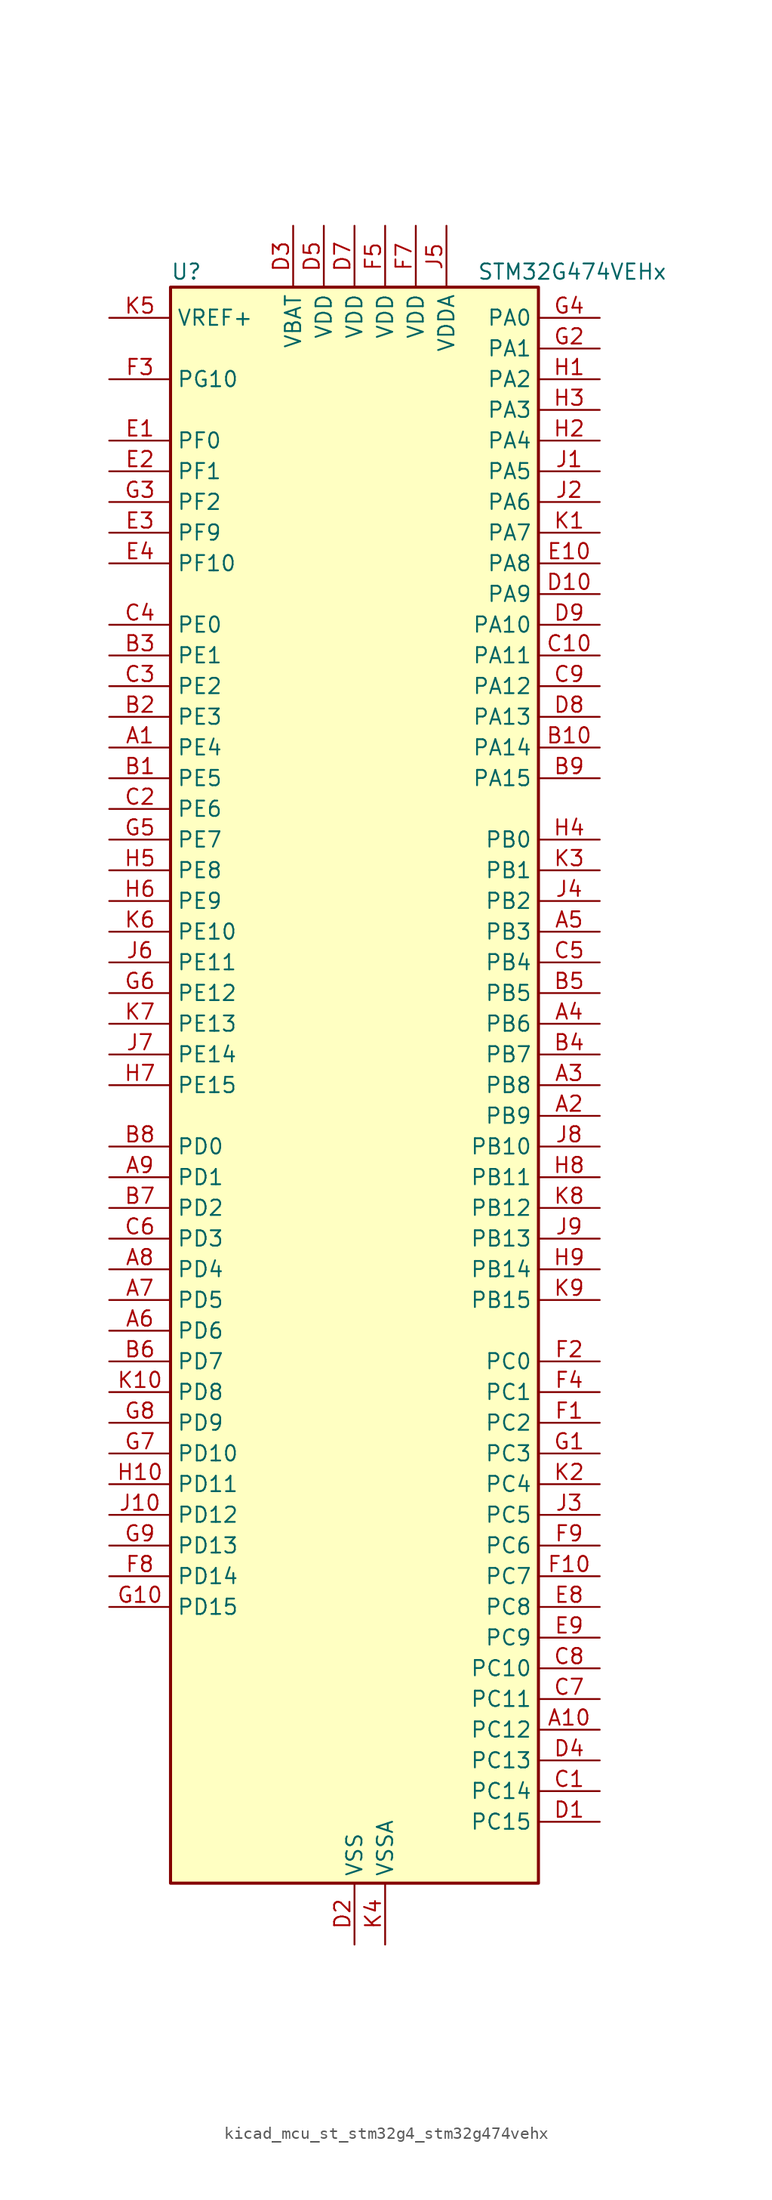
<source format=kicad_sym>
(kicad_symbol_lib
  (version 20220914)
  (generator kicad_symbol_editor)
  (symbol "kicad_mcu_st_stm32g4_stm32g474vehx"
    (property "Reference" "U"
      (at -15.24 67.31 0)
      (effects (font (size 1.27 1.27)) (justify left)))
    (property "Value" "STM32G474VEHx"
      (at 10.16 67.31 0)
      (effects (font (size 1.27 1.27)) (justify left)))
    (property "ki_locked" ""
      (at 0 0 0)
      (effects (font (size 1.27 1.27))))
    (symbol "kicad_mcu_st_stm32g4_stm32g474vehx_0_1"
      (rectangle (start -15.24 -66.04) (end 15.24 66.04) (stroke (width 0.254) (type default)) (fill (type background))))
    (symbol "kicad_mcu_st_stm32g4_stm32g474vehx_1_1"
      (pin bidirectional line (at -20.32 27.94 0) (length 5.08) (name "PE4" (effects (font (size 1.27 1.27)))) (number "A1" (effects (font (size 1.27 1.27)))) (alternate "FMC_A20" bidirectional line) (alternate "SAI1_D2" bidirectional line) (alternate "SAI1_FS_A" bidirectional line) (alternate "SPI4_NSS" bidirectional line) (alternate "SYS_TRACED1" bidirectional line) (alternate "TIM20_CH1N" bidirectional line) (alternate "TIM3_CH3" bidirectional line))
      (pin bidirectional line (at 20.32 -53.34 180) (length 5.08) (name "PC12" (effects (font (size 1.27 1.27)))) (number "A10" (effects (font (size 1.27 1.27)))) (alternate "HRTIM1_EEV1" bidirectional line) (alternate "I2S3_SD" bidirectional line) (alternate "SPI3_MOSI" bidirectional line) (alternate "TIM5_CH2" bidirectional line) (alternate "TIM8_CH3N" bidirectional line) (alternate "UART5_TX" bidirectional line) (alternate "UCPD1_FRSTX1" bidirectional line) (alternate "UCPD1_FRSTX2" bidirectional line) (alternate "USART3_CK" bidirectional line))
      (pin bidirectional line (at 20.32 -2.54 180) (length 5.08) (name "PB9" (effects (font (size 1.27 1.27)))) (number "A2" (effects (font (size 1.27 1.27)))) (alternate "COMP2_OUT" bidirectional line) (alternate "DAC1_EXTI9" bidirectional line) (alternate "DAC2_EXTI9" bidirectional line) (alternate "DAC3_EXTI9" bidirectional line) (alternate "DAC4_EXTI9" bidirectional line) (alternate "FDCAN1_TX" bidirectional line) (alternate "HRTIM1_EEV5" bidirectional line) (alternate "I2C1_SDA" bidirectional line) (alternate "IR_OUT" bidirectional line) (alternate "SAI1_D2" bidirectional line) (alternate "SAI1_FS_A" bidirectional line) (alternate "TIM17_CH1" bidirectional line) (alternate "TIM1_CH3N" bidirectional line) (alternate "TIM4_CH4" bidirectional line) (alternate "TIM8_CH3" bidirectional line) (alternate "USART3_TX" bidirectional line))
      (pin bidirectional line (at 20.32 0 180) (length 5.08) (name "PB8" (effects (font (size 1.27 1.27)))) (number "A3" (effects (font (size 1.27 1.27)))) (alternate "COMP1_OUT" bidirectional line) (alternate "FDCAN1_RX" bidirectional line) (alternate "HRTIM1_EEV8" bidirectional line) (alternate "I2C1_SCL" bidirectional line) (alternate "SAI1_CK1" bidirectional line) (alternate "SAI1_MCLK_A" bidirectional line) (alternate "TIM16_CH1" bidirectional line) (alternate "TIM1_BKIN" bidirectional line) (alternate "TIM4_CH3" bidirectional line) (alternate "TIM8_CH2" bidirectional line) (alternate "USART3_RX" bidirectional line))
      (pin bidirectional line (at 20.32 5.08 180) (length 5.08) (name "PB6" (effects (font (size 1.27 1.27)))) (number "A4" (effects (font (size 1.27 1.27)))) (alternate "COMP4_OUT" bidirectional line) (alternate "FDCAN2_TX" bidirectional line) (alternate "HRTIM1_EEV4" bidirectional line) (alternate "HRTIM1_SCIN" bidirectional line) (alternate "LPTIM1_ETR" bidirectional line) (alternate "SAI1_FS_B" bidirectional line) (alternate "TIM16_CH1N" bidirectional line) (alternate "TIM4_CH1" bidirectional line) (alternate "TIM8_BKIN2" bidirectional line) (alternate "TIM8_CH1" bidirectional line) (alternate "TIM8_ETR" bidirectional line) (alternate "UCPD1_CC1" bidirectional line) (alternate "USART1_TX" bidirectional line))
      (pin bidirectional line (at 20.32 12.7 180) (length 5.08) (name "PB3" (effects (font (size 1.27 1.27)))) (number "A5" (effects (font (size 1.27 1.27)))) (alternate "ADC3_EXTI3" bidirectional line) (alternate "ADC4_EXTI3" bidirectional line) (alternate "ADC5_EXTI3" bidirectional line) (alternate "CRS_SYNC" bidirectional line) (alternate "FDCAN3_RX" bidirectional line) (alternate "HRTIM1_EEV9" bidirectional line) (alternate "HRTIM1_SCOUT" bidirectional line) (alternate "I2S3_CK" bidirectional line) (alternate "SAI1_SCK_B" bidirectional line) (alternate "SPI1_SCK" bidirectional line) (alternate "SPI3_SCK" bidirectional line) (alternate "SYS_JTDO-SWO" bidirectional line) (alternate "TIM2_CH2" bidirectional line) (alternate "TIM3_ETR" bidirectional line) (alternate "TIM4_ETR" bidirectional line) (alternate "TIM8_CH1N" bidirectional line) (alternate "USART2_TX" bidirectional line))
      (pin bidirectional line (at -20.32 -20.32 0) (length 5.08) (name "PD6" (effects (font (size 1.27 1.27)))) (number "A6" (effects (font (size 1.27 1.27)))) (alternate "FMC_NWAIT" bidirectional line) (alternate "QUADSPI1_BK2_IO2" bidirectional line) (alternate "SAI1_D1" bidirectional line) (alternate "SAI1_SD_A" bidirectional line) (alternate "TIM2_CH4" bidirectional line) (alternate "USART2_RX" bidirectional line))
      (pin bidirectional line (at -20.32 -17.78 0) (length 5.08) (name "PD5" (effects (font (size 1.27 1.27)))) (number "A7" (effects (font (size 1.27 1.27)))) (alternate "FMC_NWE" bidirectional line) (alternate "QUADSPI1_BK2_IO1" bidirectional line) (alternate "USART2_TX" bidirectional line))
      (pin bidirectional line (at -20.32 -15.24 0) (length 5.08) (name "PD4" (effects (font (size 1.27 1.27)))) (number "A8" (effects (font (size 1.27 1.27)))) (alternate "FMC_NOE" bidirectional line) (alternate "QUADSPI1_BK2_IO0" bidirectional line) (alternate "TIM2_CH2" bidirectional line) (alternate "USART2_DE" bidirectional line) (alternate "USART2_RTS" bidirectional line))
      (pin bidirectional line (at -20.32 -7.62 0) (length 5.08) (name "PD1" (effects (font (size 1.27 1.27)))) (number "A9" (effects (font (size 1.27 1.27)))) (alternate "FDCAN1_TX" bidirectional line) (alternate "FMC_D3" bidirectional line) (alternate "FMC_DA3" bidirectional line) (alternate "TIM8_BKIN2" bidirectional line) (alternate "TIM8_CH4" bidirectional line))
      (pin bidirectional line (at -20.32 25.4 0) (length 5.08) (name "PE5" (effects (font (size 1.27 1.27)))) (number "B1" (effects (font (size 1.27 1.27)))) (alternate "FMC_A21" bidirectional line) (alternate "SAI1_CK2" bidirectional line) (alternate "SAI1_SCK_A" bidirectional line) (alternate "SPI4_MISO" bidirectional line) (alternate "SYS_TRACED2" bidirectional line) (alternate "TIM20_CH2N" bidirectional line) (alternate "TIM3_CH4" bidirectional line))
      (pin bidirectional line (at 20.32 27.94 180) (length 5.08) (name "PA14" (effects (font (size 1.27 1.27)))) (number "B10" (effects (font (size 1.27 1.27)))) (alternate "I2C1_SDA" bidirectional line) (alternate "I2C4_SMBA" bidirectional line) (alternate "LPTIM1_OUT" bidirectional line) (alternate "SAI1_FS_B" bidirectional line) (alternate "SYS_JTCK-SWCLK" bidirectional line) (alternate "TIM1_BKIN" bidirectional line) (alternate "TIM8_CH2" bidirectional line) (alternate "USART2_TX" bidirectional line))
      (pin bidirectional line (at -20.32 30.48 0) (length 5.08) (name "PE3" (effects (font (size 1.27 1.27)))) (number "B2" (effects (font (size 1.27 1.27)))) (alternate "ADC3_EXTI3" bidirectional line) (alternate "ADC4_EXTI3" bidirectional line) (alternate "ADC5_EXTI3" bidirectional line) (alternate "FMC_A19" bidirectional line) (alternate "SAI1_SD_B" bidirectional line) (alternate "SPI4_NSS" bidirectional line) (alternate "SYS_TRACED0" bidirectional line) (alternate "TIM20_CH2" bidirectional line) (alternate "TIM3_CH2" bidirectional line))
      (pin bidirectional line (at -20.32 35.56 0) (length 5.08) (name "PE1" (effects (font (size 1.27 1.27)))) (number "B3" (effects (font (size 1.27 1.27)))) (alternate "FMC_NBL1" bidirectional line) (alternate "TIM17_CH1" bidirectional line) (alternate "TIM20_CH4" bidirectional line) (alternate "USART1_RX" bidirectional line))
      (pin bidirectional line (at 20.32 2.54 180) (length 5.08) (name "PB7" (effects (font (size 1.27 1.27)))) (number "B4" (effects (font (size 1.27 1.27)))) (alternate "COMP3_OUT" bidirectional line) (alternate "FMC_NL" bidirectional line) (alternate "HRTIM1_EEV3" bidirectional line) (alternate "I2C1_SDA" bidirectional line) (alternate "I2C4_SDA" bidirectional line) (alternate "LPTIM1_IN2" bidirectional line) (alternate "SYS_PVD_IN" bidirectional line) (alternate "TIM17_CH1N" bidirectional line) (alternate "TIM3_CH4" bidirectional line) (alternate "TIM4_CH2" bidirectional line) (alternate "TIM8_BKIN" bidirectional line) (alternate "UART4_CTS" bidirectional line) (alternate "USART1_RX" bidirectional line))
      (pin bidirectional line (at 20.32 7.62 180) (length 5.08) (name "PB5" (effects (font (size 1.27 1.27)))) (number "B5" (effects (font (size 1.27 1.27)))) (alternate "FDCAN2_RX" bidirectional line) (alternate "HRTIM1_EEV6" bidirectional line) (alternate "I2C1_SMBA" bidirectional line) (alternate "I2C3_SDA" bidirectional line) (alternate "I2S3_SD" bidirectional line) (alternate "LPTIM1_IN1" bidirectional line) (alternate "SAI1_SD_B" bidirectional line) (alternate "SPI1_MOSI" bidirectional line) (alternate "SPI3_MOSI" bidirectional line) (alternate "TIM16_BKIN" bidirectional line) (alternate "TIM17_CH1" bidirectional line) (alternate "TIM3_CH2" bidirectional line) (alternate "TIM8_CH3N" bidirectional line) (alternate "UART5_CTS" bidirectional line) (alternate "USART2_CK" bidirectional line))
      (pin bidirectional line (at -20.32 -22.86 0) (length 5.08) (name "PD7" (effects (font (size 1.27 1.27)))) (number "B6" (effects (font (size 1.27 1.27)))) (alternate "FMC_NCE" bidirectional line) (alternate "FMC_NE1" bidirectional line) (alternate "QUADSPI1_BK2_IO3" bidirectional line) (alternate "TIM2_CH3" bidirectional line) (alternate "USART2_CK" bidirectional line))
      (pin bidirectional line (at -20.32 -10.16 0) (length 5.08) (name "PD2" (effects (font (size 1.27 1.27)))) (number "B7" (effects (font (size 1.27 1.27)))) (alternate "ADC3_EXTI2" bidirectional line) (alternate "ADC4_EXTI2" bidirectional line) (alternate "ADC5_EXTI2" bidirectional line) (alternate "TIM3_ETR" bidirectional line) (alternate "TIM8_BKIN" bidirectional line) (alternate "UART5_RX" bidirectional line))
      (pin bidirectional line (at -20.32 -5.08 0) (length 5.08) (name "PD0" (effects (font (size 1.27 1.27)))) (number "B8" (effects (font (size 1.27 1.27)))) (alternate "FDCAN1_RX" bidirectional line) (alternate "FMC_D2" bidirectional line) (alternate "FMC_DA2" bidirectional line) (alternate "TIM8_CH4N" bidirectional line))
      (pin bidirectional line (at 20.32 25.4 180) (length 5.08) (name "PA15" (effects (font (size 1.27 1.27)))) (number "B9" (effects (font (size 1.27 1.27)))) (alternate "ADC1_EXTI15" bidirectional line) (alternate "ADC2_EXTI15" bidirectional line) (alternate "FDCAN3_TX" bidirectional line) (alternate "HRTIM1_FLT2" bidirectional line) (alternate "I2C1_SCL" bidirectional line) (alternate "I2S3_WS" bidirectional line) (alternate "SPI1_NSS" bidirectional line) (alternate "SPI3_NSS" bidirectional line) (alternate "SYS_JTDI" bidirectional line) (alternate "TIM1_BKIN" bidirectional line) (alternate "TIM2_CH1" bidirectional line) (alternate "TIM2_ETR" bidirectional line) (alternate "TIM8_CH1" bidirectional line) (alternate "UART4_DE" bidirectional line) (alternate "UART4_RTS" bidirectional line) (alternate "USART2_RX" bidirectional line))
      (pin bidirectional line (at 20.32 -58.42 180) (length 5.08) (name "PC14" (effects (font (size 1.27 1.27)))) (number "C1" (effects (font (size 1.27 1.27)))) (alternate "RCC_OSC32_IN" bidirectional line))
      (pin bidirectional line (at 20.32 35.56 180) (length 5.08) (name "PA11" (effects (font (size 1.27 1.27)))) (number "C10" (effects (font (size 1.27 1.27)))) (alternate "ADC1_EXTI11" bidirectional line) (alternate "ADC2_EXTI11" bidirectional line) (alternate "COMP1_OUT" bidirectional line) (alternate "FDCAN1_RX" bidirectional line) (alternate "HRTIM1_CHB2" bidirectional line) (alternate "I2S2_SD" bidirectional line) (alternate "SPI2_MOSI" bidirectional line) (alternate "TIM1_BKIN2" bidirectional line) (alternate "TIM1_CH1N" bidirectional line) (alternate "TIM1_CH4" bidirectional line) (alternate "TIM4_CH1" bidirectional line) (alternate "USART1_CTS" bidirectional line) (alternate "USART1_NSS" bidirectional line) (alternate "USB_DM" bidirectional line))
      (pin bidirectional line (at -20.32 22.86 0) (length 5.08) (name "PE6" (effects (font (size 1.27 1.27)))) (number "C2" (effects (font (size 1.27 1.27)))) (alternate "FMC_A22" bidirectional line) (alternate "RTC_TAMP3" bidirectional line) (alternate "SAI1_D1" bidirectional line) (alternate "SAI1_SD_A" bidirectional line) (alternate "SPI4_MOSI" bidirectional line) (alternate "SYS_TRACED3" bidirectional line) (alternate "SYS_WKUP3" bidirectional line) (alternate "TIM20_CH3N" bidirectional line))
      (pin bidirectional line (at -20.32 33.02 0) (length 5.08) (name "PE2" (effects (font (size 1.27 1.27)))) (number "C3" (effects (font (size 1.27 1.27)))) (alternate "ADC3_EXTI2" bidirectional line) (alternate "ADC4_EXTI2" bidirectional line) (alternate "ADC5_EXTI2" bidirectional line) (alternate "FMC_A23" bidirectional line) (alternate "SAI1_CK1" bidirectional line) (alternate "SAI1_MCLK_A" bidirectional line) (alternate "SPI4_SCK" bidirectional line) (alternate "SYS_TRACECLK" bidirectional line) (alternate "TIM20_CH1" bidirectional line) (alternate "TIM3_CH1" bidirectional line))
      (pin bidirectional line (at -20.32 38.1 0) (length 5.08) (name "PE0" (effects (font (size 1.27 1.27)))) (number "C4" (effects (font (size 1.27 1.27)))) (alternate "FMC_NBL0" bidirectional line) (alternate "TIM16_CH1" bidirectional line) (alternate "TIM20_CH4N" bidirectional line) (alternate "TIM20_ETR" bidirectional line) (alternate "TIM4_ETR" bidirectional line) (alternate "USART1_TX" bidirectional line))
      (pin bidirectional line (at 20.32 10.16 180) (length 5.08) (name "PB4" (effects (font (size 1.27 1.27)))) (number "C5" (effects (font (size 1.27 1.27)))) (alternate "FDCAN3_TX" bidirectional line) (alternate "HRTIM1_EEV7" bidirectional line) (alternate "SAI1_MCLK_B" bidirectional line) (alternate "SPI1_MISO" bidirectional line) (alternate "SPI3_MISO" bidirectional line) (alternate "SYS_JTRST" bidirectional line) (alternate "TIM16_CH1" bidirectional line) (alternate "TIM17_BKIN" bidirectional line) (alternate "TIM3_CH1" bidirectional line) (alternate "TIM8_CH2N" bidirectional line) (alternate "UART5_DE" bidirectional line) (alternate "UART5_RTS" bidirectional line) (alternate "UCPD1_CC2" bidirectional line) (alternate "USART2_RX" bidirectional line))
      (pin bidirectional line (at -20.32 -12.7 0) (length 5.08) (name "PD3" (effects (font (size 1.27 1.27)))) (number "C6" (effects (font (size 1.27 1.27)))) (alternate "ADC3_EXTI3" bidirectional line) (alternate "ADC4_EXTI3" bidirectional line) (alternate "ADC5_EXTI3" bidirectional line) (alternate "FMC_CLK" bidirectional line) (alternate "QUADSPI1_BK2_NCS" bidirectional line) (alternate "TIM2_CH1" bidirectional line) (alternate "TIM2_ETR" bidirectional line) (alternate "USART2_CTS" bidirectional line) (alternate "USART2_NSS" bidirectional line))
      (pin bidirectional line (at 20.32 -50.8 180) (length 5.08) (name "PC11" (effects (font (size 1.27 1.27)))) (number "C7" (effects (font (size 1.27 1.27)))) (alternate "ADC1_EXTI11" bidirectional line) (alternate "ADC2_EXTI11" bidirectional line) (alternate "HRTIM1_EEV2" bidirectional line) (alternate "I2C3_SDA" bidirectional line) (alternate "SPI3_MISO" bidirectional line) (alternate "TIM8_CH2N" bidirectional line) (alternate "UART4_RX" bidirectional line) (alternate "USART3_RX" bidirectional line))
      (pin bidirectional line (at 20.32 -48.26 180) (length 5.08) (name "PC10" (effects (font (size 1.27 1.27)))) (number "C8" (effects (font (size 1.27 1.27)))) (alternate "DAC1_EXTI10" bidirectional line) (alternate "DAC2_EXTI10" bidirectional line) (alternate "DAC3_EXTI10" bidirectional line) (alternate "DAC4_EXTI10" bidirectional line) (alternate "HRTIM1_FLT6" bidirectional line) (alternate "I2S3_CK" bidirectional line) (alternate "SPI3_SCK" bidirectional line) (alternate "TIM8_CH1N" bidirectional line) (alternate "UART4_TX" bidirectional line) (alternate "USART3_TX" bidirectional line))
      (pin bidirectional line (at 20.32 33.02 180) (length 5.08) (name "PA12" (effects (font (size 1.27 1.27)))) (number "C9" (effects (font (size 1.27 1.27)))) (alternate "COMP2_OUT" bidirectional line) (alternate "FDCAN1_TX" bidirectional line) (alternate "HRTIM1_FLT1" bidirectional line) (alternate "I2S_CKIN" bidirectional line) (alternate "TIM16_CH1" bidirectional line) (alternate "TIM1_CH2N" bidirectional line) (alternate "TIM1_ETR" bidirectional line) (alternate "TIM4_CH2" bidirectional line) (alternate "USART1_DE" bidirectional line) (alternate "USART1_RTS" bidirectional line) (alternate "USB_DP" bidirectional line))
      (pin bidirectional line (at 20.32 -60.96 180) (length 5.08) (name "PC15" (effects (font (size 1.27 1.27)))) (number "D1" (effects (font (size 1.27 1.27)))) (alternate "ADC1_EXTI15" bidirectional line) (alternate "ADC2_EXTI15" bidirectional line) (alternate "RCC_OSC32_OUT" bidirectional line))
      (pin bidirectional line (at 20.32 40.64 180) (length 5.08) (name "PA9" (effects (font (size 1.27 1.27)))) (number "D10" (effects (font (size 1.27 1.27)))) (alternate "ADC5_IN2" bidirectional line) (alternate "COMP5_OUT" bidirectional line) (alternate "DAC1_EXTI9" bidirectional line) (alternate "DAC2_EXTI9" bidirectional line) (alternate "DAC3_EXTI9" bidirectional line) (alternate "DAC4_EXTI9" bidirectional line) (alternate "HRTIM1_CHA2" bidirectional line) (alternate "I2C2_SCL" bidirectional line) (alternate "I2C3_SMBA" bidirectional line) (alternate "I2S3_MCK" bidirectional line) (alternate "SAI1_FS_A" bidirectional line) (alternate "TIM15_BKIN" bidirectional line) (alternate "TIM1_CH2" bidirectional line) (alternate "TIM2_CH3" bidirectional line) (alternate "UCPD1_DBCC1" bidirectional line) (alternate "USART1_TX" bidirectional line))
      (pin power_in line (at 0 -71.12 90) (length 5.08) (name "VSS" (effects (font (size 1.27 1.27)))) (number "D2" (effects (font (size 1.27 1.27)))))
      (pin power_in line (at -5.08 71.12 270) (length 5.08) (name "VBAT" (effects (font (size 1.27 1.27)))) (number "D3" (effects (font (size 1.27 1.27)))))
      (pin bidirectional line (at 20.32 -55.88 180) (length 5.08) (name "PC13" (effects (font (size 1.27 1.27)))) (number "D4" (effects (font (size 1.27 1.27)))) (alternate "RTC_OUT1" bidirectional line) (alternate "RTC_TAMP1" bidirectional line) (alternate "RTC_TS" bidirectional line) (alternate "SYS_WKUP2" bidirectional line) (alternate "TIM1_BKIN" bidirectional line) (alternate "TIM1_CH1N" bidirectional line) (alternate "TIM8_CH4N" bidirectional line))
      (pin power_in line (at -2.54 71.12 270) (length 5.08) (name "VDD" (effects (font (size 1.27 1.27)))) (number "D5" (effects (font (size 1.27 1.27)))))
      (pin passive line (at 0 -71.12 90) (length 5.08) hide (name "VSS" (effects (font (size 1.27 1.27)))) (number "D6" (effects (font (size 1.27 1.27)))))
      (pin power_in line (at 0 71.12 270) (length 5.08) (name "VDD" (effects (font (size 1.27 1.27)))) (number "D7" (effects (font (size 1.27 1.27)))))
      (pin bidirectional line (at 20.32 30.48 180) (length 5.08) (name "PA13" (effects (font (size 1.27 1.27)))) (number "D8" (effects (font (size 1.27 1.27)))) (alternate "I2C1_SCL" bidirectional line) (alternate "I2C4_SCL" bidirectional line) (alternate "IR_OUT" bidirectional line) (alternate "SAI1_SD_B" bidirectional line) (alternate "SYS_JTMS-SWDIO" bidirectional line) (alternate "TIM16_CH1N" bidirectional line) (alternate "TIM4_CH3" bidirectional line) (alternate "USART3_CTS" bidirectional line) (alternate "USART3_NSS" bidirectional line))
      (pin bidirectional line (at 20.32 38.1 180) (length 5.08) (name "PA10" (effects (font (size 1.27 1.27)))) (number "D9" (effects (font (size 1.27 1.27)))) (alternate "COMP6_OUT" bidirectional line) (alternate "CRS_SYNC" bidirectional line) (alternate "DAC1_EXTI10" bidirectional line) (alternate "DAC2_EXTI10" bidirectional line) (alternate "DAC3_EXTI10" bidirectional line) (alternate "DAC4_EXTI10" bidirectional line) (alternate "HRTIM1_CHB1" bidirectional line) (alternate "I2C2_SMBA" bidirectional line) (alternate "SAI1_D1" bidirectional line) (alternate "SAI1_SD_A" bidirectional line) (alternate "SPI2_MISO" bidirectional line) (alternate "TIM17_BKIN" bidirectional line) (alternate "TIM1_CH3" bidirectional line) (alternate "TIM2_CH4" bidirectional line) (alternate "TIM8_BKIN" bidirectional line) (alternate "UCPD1_DBCC2" bidirectional line) (alternate "USART1_RX" bidirectional line))
      (pin bidirectional line (at -20.32 53.34 0) (length 5.08) (name "PF0" (effects (font (size 1.27 1.27)))) (number "E1" (effects (font (size 1.27 1.27)))) (alternate "ADC1_IN10" bidirectional line) (alternate "I2C2_SDA" bidirectional line) (alternate "I2S2_WS" bidirectional line) (alternate "RCC_OSC_IN" bidirectional line) (alternate "SPI2_NSS" bidirectional line) (alternate "TIM1_CH3N" bidirectional line))
      (pin bidirectional line (at 20.32 43.18 180) (length 5.08) (name "PA8" (effects (font (size 1.27 1.27)))) (number "E10" (effects (font (size 1.27 1.27)))) (alternate "ADC5_IN1" bidirectional line) (alternate "COMP7_OUT" bidirectional line) (alternate "FDCAN3_RX" bidirectional line) (alternate "HRTIM1_CHA1" bidirectional line) (alternate "I2C2_SDA" bidirectional line) (alternate "I2C3_SCL" bidirectional line) (alternate "I2S2_MCK" bidirectional line) (alternate "OPAMP5_VOUT" bidirectional line) (alternate "RCC_MCO" bidirectional line) (alternate "SAI1_CK2" bidirectional line) (alternate "SAI1_SCK_A" bidirectional line) (alternate "TIM1_CH1" bidirectional line) (alternate "TIM4_ETR" bidirectional line) (alternate "USART1_CK" bidirectional line))
      (pin bidirectional line (at -20.32 50.8 0) (length 5.08) (name "PF1" (effects (font (size 1.27 1.27)))) (number "E2" (effects (font (size 1.27 1.27)))) (alternate "ADC2_IN10" bidirectional line) (alternate "COMP3_INM" bidirectional line) (alternate "I2S2_CK" bidirectional line) (alternate "RCC_OSC_OUT" bidirectional line) (alternate "SPI2_SCK" bidirectional line))
      (pin bidirectional line (at -20.32 45.72 0) (length 5.08) (name "PF9" (effects (font (size 1.27 1.27)))) (number "E3" (effects (font (size 1.27 1.27)))) (alternate "DAC1_EXTI9" bidirectional line) (alternate "DAC2_EXTI9" bidirectional line) (alternate "DAC3_EXTI9" bidirectional line) (alternate "DAC4_EXTI9" bidirectional line) (alternate "FMC_A25" bidirectional line) (alternate "QUADSPI1_BK1_IO1" bidirectional line) (alternate "SAI1_FS_B" bidirectional line) (alternate "SPI2_SCK" bidirectional line) (alternate "TIM15_CH1" bidirectional line) (alternate "TIM20_BKIN" bidirectional line) (alternate "TIM5_CH4" bidirectional line))
      (pin bidirectional line (at -20.32 43.18 0) (length 5.08) (name "PF10" (effects (font (size 1.27 1.27)))) (number "E4" (effects (font (size 1.27 1.27)))) (alternate "DAC1_EXTI10" bidirectional line) (alternate "DAC2_EXTI10" bidirectional line) (alternate "DAC3_EXTI10" bidirectional line) (alternate "DAC4_EXTI10" bidirectional line) (alternate "FMC_A0" bidirectional line) (alternate "QUADSPI1_CLK" bidirectional line) (alternate "SAI1_D3" bidirectional line) (alternate "SPI2_SCK" bidirectional line) (alternate "TIM15_CH2" bidirectional line) (alternate "TIM20_BKIN2" bidirectional line))
      (pin passive line (at 0 -71.12 90) (length 5.08) hide (name "VSS" (effects (font (size 1.27 1.27)))) (number "E5" (effects (font (size 1.27 1.27)))))
      (pin passive line (at 0 -71.12 90) (length 5.08) hide (name "VSS" (effects (font (size 1.27 1.27)))) (number "E6" (effects (font (size 1.27 1.27)))))
      (pin passive line (at 0 -71.12 90) (length 5.08) hide (name "VSS" (effects (font (size 1.27 1.27)))) (number "E7" (effects (font (size 1.27 1.27)))))
      (pin bidirectional line (at 20.32 -43.18 180) (length 5.08) (name "PC8" (effects (font (size 1.27 1.27)))) (number "E8" (effects (font (size 1.27 1.27)))) (alternate "COMP7_OUT" bidirectional line) (alternate "HRTIM1_CHE1" bidirectional line) (alternate "I2C3_SCL" bidirectional line) (alternate "TIM20_CH3" bidirectional line) (alternate "TIM3_CH3" bidirectional line) (alternate "TIM8_CH3" bidirectional line))
      (pin bidirectional line (at 20.32 -45.72 180) (length 5.08) (name "PC9" (effects (font (size 1.27 1.27)))) (number "E9" (effects (font (size 1.27 1.27)))) (alternate "DAC1_EXTI9" bidirectional line) (alternate "DAC2_EXTI9" bidirectional line) (alternate "DAC3_EXTI9" bidirectional line) (alternate "DAC4_EXTI9" bidirectional line) (alternate "HRTIM1_CHE2" bidirectional line) (alternate "I2C3_SDA" bidirectional line) (alternate "I2S_CKIN" bidirectional line) (alternate "TIM3_CH4" bidirectional line) (alternate "TIM8_BKIN2" bidirectional line) (alternate "TIM8_CH4" bidirectional line))
      (pin bidirectional line (at 20.32 -27.94 180) (length 5.08) (name "PC2" (effects (font (size 1.27 1.27)))) (number "F1" (effects (font (size 1.27 1.27)))) (alternate "ADC1_IN8" bidirectional line) (alternate "ADC2_IN8" bidirectional line) (alternate "ADC3_EXTI2" bidirectional line) (alternate "ADC4_EXTI2" bidirectional line) (alternate "ADC5_EXTI2" bidirectional line) (alternate "COMP3_OUT" bidirectional line) (alternate "LPTIM1_IN2" bidirectional line) (alternate "QUADSPI1_BK2_IO1" bidirectional line) (alternate "TIM1_CH3" bidirectional line) (alternate "TIM20_CH2" bidirectional line))
      (pin bidirectional line (at 20.32 -40.64 180) (length 5.08) (name "PC7" (effects (font (size 1.27 1.27)))) (number "F10" (effects (font (size 1.27 1.27)))) (alternate "COMP5_OUT" bidirectional line) (alternate "HRTIM1_CHF2" bidirectional line) (alternate "HRTIM1_FLT5" bidirectional line) (alternate "I2C4_SDA" bidirectional line) (alternate "I2S3_MCK" bidirectional line) (alternate "TIM3_CH2" bidirectional line) (alternate "TIM8_CH2" bidirectional line))
      (pin bidirectional line (at 20.32 -22.86 180) (length 5.08) (name "PC0" (effects (font (size 1.27 1.27)))) (number "F2" (effects (font (size 1.27 1.27)))) (alternate "ADC1_IN6" bidirectional line) (alternate "ADC2_IN6" bidirectional line) (alternate "COMP3_INM" bidirectional line) (alternate "LPTIM1_IN1" bidirectional line) (alternate "LPUART1_RX" bidirectional line) (alternate "TIM1_CH1" bidirectional line))
      (pin bidirectional line (at -20.32 58.42 0) (length 5.08) (name "PG10" (effects (font (size 1.27 1.27)))) (number "F3" (effects (font (size 1.27 1.27)))) (alternate "DAC1_EXTI10" bidirectional line) (alternate "DAC2_EXTI10" bidirectional line) (alternate "DAC3_EXTI10" bidirectional line) (alternate "DAC4_EXTI10" bidirectional line) (alternate "RCC_MCO" bidirectional line))
      (pin bidirectional line (at 20.32 -25.4 180) (length 5.08) (name "PC1" (effects (font (size 1.27 1.27)))) (number "F4" (effects (font (size 1.27 1.27)))) (alternate "ADC1_IN7" bidirectional line) (alternate "ADC2_IN7" bidirectional line) (alternate "COMP3_INP" bidirectional line) (alternate "LPTIM1_OUT" bidirectional line) (alternate "LPUART1_TX" bidirectional line) (alternate "QUADSPI1_BK2_IO0" bidirectional line) (alternate "SAI1_SD_A" bidirectional line) (alternate "TIM1_CH2" bidirectional line))
      (pin power_in line (at 2.54 71.12 270) (length 5.08) (name "VDD" (effects (font (size 1.27 1.27)))) (number "F5" (effects (font (size 1.27 1.27)))))
      (pin passive line (at 0 -71.12 90) (length 5.08) hide (name "VSS" (effects (font (size 1.27 1.27)))) (number "F6" (effects (font (size 1.27 1.27)))))
      (pin power_in line (at 5.08 71.12 270) (length 5.08) (name "VDD" (effects (font (size 1.27 1.27)))) (number "F7" (effects (font (size 1.27 1.27)))))
      (pin bidirectional line (at -20.32 -40.64 0) (length 5.08) (name "PD14" (effects (font (size 1.27 1.27)))) (number "F8" (effects (font (size 1.27 1.27)))) (alternate "ADC3_IN11" bidirectional line) (alternate "ADC4_IN11" bidirectional line) (alternate "ADC5_IN11" bidirectional line) (alternate "COMP7_INP" bidirectional line) (alternate "FMC_D0" bidirectional line) (alternate "FMC_DA0" bidirectional line) (alternate "OPAMP2_VINP" bidirectional line) (alternate "OPAMP2_VINP_SEC" bidirectional line) (alternate "TIM4_CH3" bidirectional line))
      (pin bidirectional line (at 20.32 -38.1 180) (length 5.08) (name "PC6" (effects (font (size 1.27 1.27)))) (number "F9" (effects (font (size 1.27 1.27)))) (alternate "COMP6_OUT" bidirectional line) (alternate "HRTIM1_CHF1" bidirectional line) (alternate "HRTIM1_EEV10" bidirectional line) (alternate "I2C4_SCL" bidirectional line) (alternate "I2S2_MCK" bidirectional line) (alternate "TIM3_CH1" bidirectional line) (alternate "TIM8_CH1" bidirectional line))
      (pin bidirectional line (at 20.32 -30.48 180) (length 5.08) (name "PC3" (effects (font (size 1.27 1.27)))) (number "G1" (effects (font (size 1.27 1.27)))) (alternate "ADC1_IN9" bidirectional line) (alternate "ADC2_IN9" bidirectional line) (alternate "ADC3_EXTI3" bidirectional line) (alternate "ADC4_EXTI3" bidirectional line) (alternate "ADC5_EXTI3" bidirectional line) (alternate "LPTIM1_ETR" bidirectional line) (alternate "OPAMP5_VINP" bidirectional line) (alternate "OPAMP5_VINP_SEC" bidirectional line) (alternate "QUADSPI1_BK2_IO2" bidirectional line) (alternate "SAI1_D1" bidirectional line) (alternate "SAI1_SD_A" bidirectional line) (alternate "TIM1_BKIN2" bidirectional line) (alternate "TIM1_CH4" bidirectional line))
      (pin bidirectional line (at -20.32 -43.18 0) (length 5.08) (name "PD15" (effects (font (size 1.27 1.27)))) (number "G10" (effects (font (size 1.27 1.27)))) (alternate "ADC1_EXTI15" bidirectional line) (alternate "ADC2_EXTI15" bidirectional line) (alternate "COMP7_INM" bidirectional line) (alternate "FMC_D1" bidirectional line) (alternate "FMC_DA1" bidirectional line) (alternate "SPI2_NSS" bidirectional line) (alternate "TIM4_CH4" bidirectional line))
      (pin bidirectional line (at 20.32 60.96 180) (length 5.08) (name "PA1" (effects (font (size 1.27 1.27)))) (number "G2" (effects (font (size 1.27 1.27)))) (alternate "ADC1_IN2" bidirectional line) (alternate "ADC2_IN2" bidirectional line) (alternate "COMP1_INP" bidirectional line) (alternate "OPAMP1_VINP" bidirectional line) (alternate "OPAMP1_VINP_SEC" bidirectional line) (alternate "OPAMP3_VINP" bidirectional line) (alternate "OPAMP3_VINP_SEC" bidirectional line) (alternate "OPAMP6_VINM" bidirectional line) (alternate "OPAMP6_VINM0" bidirectional line) (alternate "OPAMP6_VINM_SEC" bidirectional line) (alternate "RTC_REFIN" bidirectional line) (alternate "TIM15_CH1N" bidirectional line) (alternate "TIM2_CH2" bidirectional line) (alternate "TIM5_CH2" bidirectional line) (alternate "USART2_DE" bidirectional line) (alternate "USART2_RTS" bidirectional line))
      (pin bidirectional line (at -20.32 48.26 0) (length 5.08) (name "PF2" (effects (font (size 1.27 1.27)))) (number "G3" (effects (font (size 1.27 1.27)))) (alternate "ADC3_EXTI2" bidirectional line) (alternate "ADC4_EXTI2" bidirectional line) (alternate "ADC5_EXTI2" bidirectional line) (alternate "FMC_A2" bidirectional line) (alternate "I2C2_SMBA" bidirectional line) (alternate "TIM20_CH3" bidirectional line))
      (pin bidirectional line (at 20.32 63.5 180) (length 5.08) (name "PA0" (effects (font (size 1.27 1.27)))) (number "G4" (effects (font (size 1.27 1.27)))) (alternate "ADC1_IN1" bidirectional line) (alternate "ADC2_IN1" bidirectional line) (alternate "COMP1_INM" bidirectional line) (alternate "COMP1_OUT" bidirectional line) (alternate "COMP3_INP" bidirectional line) (alternate "RTC_TAMP2" bidirectional line) (alternate "SYS_WKUP1" bidirectional line) (alternate "TIM2_CH1" bidirectional line) (alternate "TIM2_ETR" bidirectional line) (alternate "TIM5_CH1" bidirectional line) (alternate "TIM8_BKIN" bidirectional line) (alternate "TIM8_ETR" bidirectional line) (alternate "USART2_CTS" bidirectional line) (alternate "USART2_NSS" bidirectional line))
      (pin bidirectional line (at -20.32 20.32 0) (length 5.08) (name "PE7" (effects (font (size 1.27 1.27)))) (number "G5" (effects (font (size 1.27 1.27)))) (alternate "ADC3_IN4" bidirectional line) (alternate "COMP4_INP" bidirectional line) (alternate "FMC_D4" bidirectional line) (alternate "FMC_DA4" bidirectional line) (alternate "SAI1_SD_B" bidirectional line) (alternate "TIM1_ETR" bidirectional line))
      (pin bidirectional line (at -20.32 7.62 0) (length 5.08) (name "PE12" (effects (font (size 1.27 1.27)))) (number "G6" (effects (font (size 1.27 1.27)))) (alternate "ADC3_IN16" bidirectional line) (alternate "ADC4_IN16" bidirectional line) (alternate "ADC5_IN16" bidirectional line) (alternate "FMC_D9" bidirectional line) (alternate "FMC_DA9" bidirectional line) (alternate "QUADSPI1_BK1_IO0" bidirectional line) (alternate "SPI4_SCK" bidirectional line) (alternate "TIM1_CH3N" bidirectional line))
      (pin bidirectional line (at -20.32 -30.48 0) (length 5.08) (name "PD10" (effects (font (size 1.27 1.27)))) (number "G7" (effects (font (size 1.27 1.27)))) (alternate "ADC3_IN7" bidirectional line) (alternate "ADC4_IN7" bidirectional line) (alternate "ADC5_IN7" bidirectional line) (alternate "COMP6_INM" bidirectional line) (alternate "DAC1_EXTI10" bidirectional line) (alternate "DAC2_EXTI10" bidirectional line) (alternate "DAC3_EXTI10" bidirectional line) (alternate "DAC4_EXTI10" bidirectional line) (alternate "FMC_D15" bidirectional line) (alternate "FMC_DA15" bidirectional line) (alternate "USART3_CK" bidirectional line))
      (pin bidirectional line (at -20.32 -27.94 0) (length 5.08) (name "PD9" (effects (font (size 1.27 1.27)))) (number "G8" (effects (font (size 1.27 1.27)))) (alternate "ADC4_IN13" bidirectional line) (alternate "ADC5_IN13" bidirectional line) (alternate "DAC1_EXTI9" bidirectional line) (alternate "DAC2_EXTI9" bidirectional line) (alternate "DAC3_EXTI9" bidirectional line) (alternate "DAC4_EXTI9" bidirectional line) (alternate "FMC_D14" bidirectional line) (alternate "FMC_DA14" bidirectional line) (alternate "OPAMP6_VINP" bidirectional line) (alternate "OPAMP6_VINP_SEC" bidirectional line) (alternate "USART3_RX" bidirectional line))
      (pin bidirectional line (at -20.32 -38.1 0) (length 5.08) (name "PD13" (effects (font (size 1.27 1.27)))) (number "G9" (effects (font (size 1.27 1.27)))) (alternate "ADC3_IN10" bidirectional line) (alternate "ADC4_IN10" bidirectional line) (alternate "ADC5_IN10" bidirectional line) (alternate "COMP5_INM" bidirectional line) (alternate "FMC_A18" bidirectional line) (alternate "TIM4_CH2" bidirectional line))
      (pin bidirectional line (at 20.32 58.42 180) (length 5.08) (name "PA2" (effects (font (size 1.27 1.27)))) (number "H1" (effects (font (size 1.27 1.27)))) (alternate "ADC1_IN3" bidirectional line) (alternate "ADC3_EXTI2" bidirectional line) (alternate "ADC4_EXTI2" bidirectional line) (alternate "ADC5_EXTI2" bidirectional line) (alternate "COMP2_INM" bidirectional line) (alternate "COMP2_OUT" bidirectional line) (alternate "LPUART1_TX" bidirectional line) (alternate "OPAMP1_VOUT" bidirectional line) (alternate "QUADSPI1_BK1_NCS" bidirectional line) (alternate "RCC_LSCO" bidirectional line) (alternate "SYS_WKUP4" bidirectional line) (alternate "TIM15_CH1" bidirectional line) (alternate "TIM2_CH3" bidirectional line) (alternate "TIM5_CH3" bidirectional line) (alternate "UCPD1_FRSTX1" bidirectional line) (alternate "UCPD1_FRSTX2" bidirectional line) (alternate "USART2_TX" bidirectional line))
      (pin bidirectional line (at -20.32 -33.02 0) (length 5.08) (name "PD11" (effects (font (size 1.27 1.27)))) (number "H10" (effects (font (size 1.27 1.27)))) (alternate "ADC1_EXTI11" bidirectional line) (alternate "ADC2_EXTI11" bidirectional line) (alternate "ADC3_IN8" bidirectional line) (alternate "ADC4_IN8" bidirectional line) (alternate "ADC5_IN8" bidirectional line) (alternate "COMP6_INP" bidirectional line) (alternate "FMC_A16" bidirectional line) (alternate "FMC_CLE" bidirectional line) (alternate "I2C4_SMBA" bidirectional line) (alternate "OPAMP4_VINP" bidirectional line) (alternate "OPAMP4_VINP_SEC" bidirectional line) (alternate "TIM5_ETR" bidirectional line) (alternate "USART3_CTS" bidirectional line) (alternate "USART3_NSS" bidirectional line))
      (pin bidirectional line (at 20.32 53.34 180) (length 5.08) (name "PA4" (effects (font (size 1.27 1.27)))) (number "H2" (effects (font (size 1.27 1.27)))) (alternate "ADC2_IN17" bidirectional line) (alternate "COMP1_INM" bidirectional line) (alternate "DAC1_OUT1" bidirectional line) (alternate "I2S3_WS" bidirectional line) (alternate "SAI1_FS_B" bidirectional line) (alternate "SPI1_NSS" bidirectional line) (alternate "SPI3_NSS" bidirectional line) (alternate "TIM3_CH2" bidirectional line) (alternate "USART2_CK" bidirectional line))
      (pin bidirectional line (at 20.32 55.88 180) (length 5.08) (name "PA3" (effects (font (size 1.27 1.27)))) (number "H3" (effects (font (size 1.27 1.27)))) (alternate "ADC1_IN4" bidirectional line) (alternate "ADC3_EXTI3" bidirectional line) (alternate "ADC4_EXTI3" bidirectional line) (alternate "ADC5_EXTI3" bidirectional line) (alternate "COMP2_INP" bidirectional line) (alternate "LPUART1_RX" bidirectional line) (alternate "OPAMP1_VINM" bidirectional line) (alternate "OPAMP1_VINM0" bidirectional line) (alternate "OPAMP1_VINM_SEC" bidirectional line) (alternate "OPAMP1_VINP" bidirectional line) (alternate "OPAMP1_VINP_SEC" bidirectional line) (alternate "OPAMP5_VINM" bidirectional line) (alternate "OPAMP5_VINM1" bidirectional line) (alternate "OPAMP5_VINM_SEC" bidirectional line) (alternate "QUADSPI1_CLK" bidirectional line) (alternate "SAI1_CK1" bidirectional line) (alternate "SAI1_MCLK_A" bidirectional line) (alternate "TIM15_CH2" bidirectional line) (alternate "TIM2_CH4" bidirectional line) (alternate "TIM5_CH4" bidirectional line) (alternate "USART2_RX" bidirectional line))
      (pin bidirectional line (at 20.32 20.32 180) (length 5.08) (name "PB0" (effects (font (size 1.27 1.27)))) (number "H4" (effects (font (size 1.27 1.27)))) (alternate "ADC1_IN15" bidirectional line) (alternate "ADC3_IN12" bidirectional line) (alternate "COMP4_INP" bidirectional line) (alternate "HRTIM1_FLT5" bidirectional line) (alternate "OPAMP2_VINP" bidirectional line) (alternate "OPAMP2_VINP_SEC" bidirectional line) (alternate "OPAMP3_VINP" bidirectional line) (alternate "OPAMP3_VINP_SEC" bidirectional line) (alternate "QUADSPI1_BK1_IO1" bidirectional line) (alternate "TIM1_CH2N" bidirectional line) (alternate "TIM3_CH3" bidirectional line) (alternate "TIM8_CH2N" bidirectional line) (alternate "UCPD1_FRSTX1" bidirectional line) (alternate "UCPD1_FRSTX2" bidirectional line))
      (pin bidirectional line (at -20.32 17.78 0) (length 5.08) (name "PE8" (effects (font (size 1.27 1.27)))) (number "H5" (effects (font (size 1.27 1.27)))) (alternate "ADC3_IN6" bidirectional line) (alternate "ADC4_IN6" bidirectional line) (alternate "ADC5_IN6" bidirectional line) (alternate "COMP4_INM" bidirectional line) (alternate "FMC_D5" bidirectional line) (alternate "FMC_DA5" bidirectional line) (alternate "SAI1_SCK_B" bidirectional line) (alternate "TIM1_CH1N" bidirectional line) (alternate "TIM5_CH3" bidirectional line))
      (pin bidirectional line (at -20.32 15.24 0) (length 5.08) (name "PE9" (effects (font (size 1.27 1.27)))) (number "H6" (effects (font (size 1.27 1.27)))) (alternate "ADC3_IN2" bidirectional line) (alternate "DAC1_EXTI9" bidirectional line) (alternate "DAC2_EXTI9" bidirectional line) (alternate "DAC3_EXTI9" bidirectional line) (alternate "DAC4_EXTI9" bidirectional line) (alternate "FMC_D6" bidirectional line) (alternate "FMC_DA6" bidirectional line) (alternate "SAI1_FS_B" bidirectional line) (alternate "TIM1_CH1" bidirectional line) (alternate "TIM5_CH4" bidirectional line))
      (pin bidirectional line (at -20.32 0 0) (length 5.08) (name "PE15" (effects (font (size 1.27 1.27)))) (number "H7" (effects (font (size 1.27 1.27)))) (alternate "ADC1_EXTI15" bidirectional line) (alternate "ADC2_EXTI15" bidirectional line) (alternate "ADC4_IN2" bidirectional line) (alternate "FMC_D12" bidirectional line) (alternate "FMC_DA12" bidirectional line) (alternate "QUADSPI1_BK1_IO3" bidirectional line) (alternate "TIM1_BKIN" bidirectional line) (alternate "TIM1_CH4N" bidirectional line) (alternate "USART3_RX" bidirectional line))
      (pin bidirectional line (at 20.32 -7.62 180) (length 5.08) (name "PB11" (effects (font (size 1.27 1.27)))) (number "H8" (effects (font (size 1.27 1.27)))) (alternate "ADC1_EXTI11" bidirectional line) (alternate "ADC1_IN14" bidirectional line) (alternate "ADC2_EXTI11" bidirectional line) (alternate "ADC2_IN14" bidirectional line) (alternate "COMP6_INP" bidirectional line) (alternate "HRTIM1_FLT4" bidirectional line) (alternate "LPUART1_TX" bidirectional line) (alternate "OPAMP4_VINP" bidirectional line) (alternate "OPAMP4_VINP_SEC" bidirectional line) (alternate "OPAMP6_VOUT" bidirectional line) (alternate "QUADSPI1_BK1_NCS" bidirectional line) (alternate "TIM2_CH4" bidirectional line) (alternate "USART3_RX" bidirectional line))
      (pin bidirectional line (at 20.32 -15.24 180) (length 5.08) (name "PB14" (effects (font (size 1.27 1.27)))) (number "H9" (effects (font (size 1.27 1.27)))) (alternate "ADC1_IN5" bidirectional line) (alternate "ADC4_IN4" bidirectional line) (alternate "COMP4_OUT" bidirectional line) (alternate "COMP7_INP" bidirectional line) (alternate "HRTIM1_CHD1" bidirectional line) (alternate "OPAMP2_VINP" bidirectional line) (alternate "OPAMP2_VINP_SEC" bidirectional line) (alternate "OPAMP5_VINP" bidirectional line) (alternate "OPAMP5_VINP_SEC" bidirectional line) (alternate "SPI2_MISO" bidirectional line) (alternate "TIM15_CH1" bidirectional line) (alternate "TIM1_CH2N" bidirectional line) (alternate "USART3_DE" bidirectional line) (alternate "USART3_RTS" bidirectional line))
      (pin bidirectional line (at 20.32 50.8 180) (length 5.08) (name "PA5" (effects (font (size 1.27 1.27)))) (number "J1" (effects (font (size 1.27 1.27)))) (alternate "ADC2_IN13" bidirectional line) (alternate "COMP2_INM" bidirectional line) (alternate "DAC1_OUT2" bidirectional line) (alternate "OPAMP2_VINM" bidirectional line) (alternate "OPAMP2_VINM0" bidirectional line) (alternate "OPAMP2_VINM_SEC" bidirectional line) (alternate "SPI1_SCK" bidirectional line) (alternate "TIM2_CH1" bidirectional line) (alternate "TIM2_ETR" bidirectional line) (alternate "UCPD1_FRSTX1" bidirectional line) (alternate "UCPD1_FRSTX2" bidirectional line))
      (pin bidirectional line (at -20.32 -35.56 0) (length 5.08) (name "PD12" (effects (font (size 1.27 1.27)))) (number "J10" (effects (font (size 1.27 1.27)))) (alternate "ADC3_IN9" bidirectional line) (alternate "ADC4_IN9" bidirectional line) (alternate "ADC5_IN9" bidirectional line) (alternate "COMP5_INP" bidirectional line) (alternate "FMC_A17" bidirectional line) (alternate "FMC_ALE" bidirectional line) (alternate "OPAMP5_VINP" bidirectional line) (alternate "OPAMP5_VINP_SEC" bidirectional line) (alternate "TIM4_CH1" bidirectional line) (alternate "USART3_DE" bidirectional line) (alternate "USART3_RTS" bidirectional line))
      (pin bidirectional line (at 20.32 48.26 180) (length 5.08) (name "PA6" (effects (font (size 1.27 1.27)))) (number "J2" (effects (font (size 1.27 1.27)))) (alternate "ADC2_IN3" bidirectional line) (alternate "COMP1_OUT" bidirectional line) (alternate "DAC2_OUT1" bidirectional line) (alternate "LPUART1_CTS" bidirectional line) (alternate "OPAMP2_VOUT" bidirectional line) (alternate "QUADSPI1_BK1_IO3" bidirectional line) (alternate "SPI1_MISO" bidirectional line) (alternate "TIM16_CH1" bidirectional line) (alternate "TIM1_BKIN" bidirectional line) (alternate "TIM3_CH1" bidirectional line) (alternate "TIM8_BKIN" bidirectional line))
      (pin bidirectional line (at 20.32 -35.56 180) (length 5.08) (name "PC5" (effects (font (size 1.27 1.27)))) (number "J3" (effects (font (size 1.27 1.27)))) (alternate "ADC2_IN11" bidirectional line) (alternate "HRTIM1_EEV10" bidirectional line) (alternate "OPAMP1_VINM" bidirectional line) (alternate "OPAMP1_VINM1" bidirectional line) (alternate "OPAMP1_VINM_SEC" bidirectional line) (alternate "OPAMP2_VINM" bidirectional line) (alternate "OPAMP2_VINM1" bidirectional line) (alternate "OPAMP2_VINM_SEC" bidirectional line) (alternate "SAI1_D3" bidirectional line) (alternate "SYS_WKUP5" bidirectional line) (alternate "TIM15_BKIN" bidirectional line) (alternate "TIM1_CH4N" bidirectional line) (alternate "USART1_RX" bidirectional line))
      (pin bidirectional line (at 20.32 15.24 180) (length 5.08) (name "PB2" (effects (font (size 1.27 1.27)))) (number "J4" (effects (font (size 1.27 1.27)))) (alternate "ADC2_IN12" bidirectional line) (alternate "ADC3_EXTI2" bidirectional line) (alternate "ADC4_EXTI2" bidirectional line) (alternate "ADC5_EXTI2" bidirectional line) (alternate "COMP4_INM" bidirectional line) (alternate "HRTIM1_SCIN" bidirectional line) (alternate "I2C3_SMBA" bidirectional line) (alternate "LPTIM1_OUT" bidirectional line) (alternate "OPAMP3_VINM" bidirectional line) (alternate "OPAMP3_VINM0" bidirectional line) (alternate "OPAMP3_VINM_SEC" bidirectional line) (alternate "QUADSPI1_BK2_IO1" bidirectional line) (alternate "RTC_OUT2" bidirectional line) (alternate "TIM20_CH1" bidirectional line) (alternate "TIM5_CH1" bidirectional line))
      (pin power_in line (at 7.62 71.12 270) (length 5.08) (name "VDDA" (effects (font (size 1.27 1.27)))) (number "J5" (effects (font (size 1.27 1.27)))))
      (pin bidirectional line (at -20.32 10.16 0) (length 5.08) (name "PE11" (effects (font (size 1.27 1.27)))) (number "J6" (effects (font (size 1.27 1.27)))) (alternate "ADC1_EXTI11" bidirectional line) (alternate "ADC2_EXTI11" bidirectional line) (alternate "ADC3_IN15" bidirectional line) (alternate "ADC4_IN15" bidirectional line) (alternate "ADC5_IN15" bidirectional line) (alternate "FMC_D8" bidirectional line) (alternate "FMC_DA8" bidirectional line) (alternate "QUADSPI1_BK1_NCS" bidirectional line) (alternate "SPI4_NSS" bidirectional line) (alternate "TIM1_CH2" bidirectional line))
      (pin bidirectional line (at -20.32 2.54 0) (length 5.08) (name "PE14" (effects (font (size 1.27 1.27)))) (number "J7" (effects (font (size 1.27 1.27)))) (alternate "ADC4_IN1" bidirectional line) (alternate "FMC_D11" bidirectional line) (alternate "FMC_DA11" bidirectional line) (alternate "QUADSPI1_BK1_IO2" bidirectional line) (alternate "SPI4_MOSI" bidirectional line) (alternate "TIM1_BKIN2" bidirectional line) (alternate "TIM1_CH4" bidirectional line))
      (pin bidirectional line (at 20.32 -5.08 180) (length 5.08) (name "PB10" (effects (font (size 1.27 1.27)))) (number "J8" (effects (font (size 1.27 1.27)))) (alternate "COMP5_INM" bidirectional line) (alternate "DAC1_EXTI10" bidirectional line) (alternate "DAC2_EXTI10" bidirectional line) (alternate "DAC3_EXTI10" bidirectional line) (alternate "DAC4_EXTI10" bidirectional line) (alternate "HRTIM1_FLT3" bidirectional line) (alternate "LPUART1_RX" bidirectional line) (alternate "OPAMP3_VINM" bidirectional line) (alternate "OPAMP3_VINM1" bidirectional line) (alternate "OPAMP3_VINM_SEC" bidirectional line) (alternate "OPAMP4_VINM" bidirectional line) (alternate "OPAMP4_VINM0" bidirectional line) (alternate "OPAMP4_VINM_SEC" bidirectional line) (alternate "QUADSPI1_CLK" bidirectional line) (alternate "SAI1_SCK_A" bidirectional line) (alternate "TIM1_BKIN" bidirectional line) (alternate "TIM2_CH3" bidirectional line) (alternate "USART3_TX" bidirectional line))
      (pin bidirectional line (at 20.32 -12.7 180) (length 5.08) (name "PB13" (effects (font (size 1.27 1.27)))) (number "J9" (effects (font (size 1.27 1.27)))) (alternate "ADC3_IN5" bidirectional line) (alternate "COMP5_INP" bidirectional line) (alternate "FDCAN2_TX" bidirectional line) (alternate "HRTIM1_CHC2" bidirectional line) (alternate "I2S2_CK" bidirectional line) (alternate "LPUART1_CTS" bidirectional line) (alternate "OPAMP3_VINP" bidirectional line) (alternate "OPAMP3_VINP_SEC" bidirectional line) (alternate "OPAMP4_VINP" bidirectional line) (alternate "OPAMP4_VINP_SEC" bidirectional line) (alternate "OPAMP6_VINP" bidirectional line) (alternate "OPAMP6_VINP_SEC" bidirectional line) (alternate "SPI2_SCK" bidirectional line) (alternate "TIM1_CH1N" bidirectional line) (alternate "USART3_CTS" bidirectional line) (alternate "USART3_NSS" bidirectional line))
      (pin bidirectional line (at 20.32 45.72 180) (length 5.08) (name "PA7" (effects (font (size 1.27 1.27)))) (number "K1" (effects (font (size 1.27 1.27)))) (alternate "ADC2_IN4" bidirectional line) (alternate "COMP2_INP" bidirectional line) (alternate "COMP2_OUT" bidirectional line) (alternate "OPAMP1_VINP" bidirectional line) (alternate "OPAMP1_VINP_SEC" bidirectional line) (alternate "OPAMP2_VINP" bidirectional line) (alternate "OPAMP2_VINP_SEC" bidirectional line) (alternate "QUADSPI1_BK1_IO2" bidirectional line) (alternate "SPI1_MOSI" bidirectional line) (alternate "TIM17_CH1" bidirectional line) (alternate "TIM1_CH1N" bidirectional line) (alternate "TIM3_CH2" bidirectional line) (alternate "TIM8_CH1N" bidirectional line) (alternate "UCPD1_FRSTX1" bidirectional line) (alternate "UCPD1_FRSTX2" bidirectional line))
      (pin bidirectional line (at -20.32 -25.4 0) (length 5.08) (name "PD8" (effects (font (size 1.27 1.27)))) (number "K10" (effects (font (size 1.27 1.27)))) (alternate "ADC4_IN12" bidirectional line) (alternate "ADC5_IN12" bidirectional line) (alternate "FMC_D13" bidirectional line) (alternate "FMC_DA13" bidirectional line) (alternate "OPAMP4_VINM" bidirectional line) (alternate "OPAMP4_VINM1" bidirectional line) (alternate "OPAMP4_VINM_SEC" bidirectional line) (alternate "USART3_TX" bidirectional line))
      (pin bidirectional line (at 20.32 -33.02 180) (length 5.08) (name "PC4" (effects (font (size 1.27 1.27)))) (number "K2" (effects (font (size 1.27 1.27)))) (alternate "ADC2_IN5" bidirectional line) (alternate "I2C2_SCL" bidirectional line) (alternate "QUADSPI1_BK2_IO3" bidirectional line) (alternate "TIM1_ETR" bidirectional line) (alternate "USART1_TX" bidirectional line))
      (pin bidirectional line (at 20.32 17.78 180) (length 5.08) (name "PB1" (effects (font (size 1.27 1.27)))) (number "K3" (effects (font (size 1.27 1.27)))) (alternate "ADC1_IN12" bidirectional line) (alternate "ADC3_IN1" bidirectional line) (alternate "COMP1_INP" bidirectional line) (alternate "COMP4_OUT" bidirectional line) (alternate "HRTIM1_SCOUT" bidirectional line) (alternate "LPUART1_DE" bidirectional line) (alternate "LPUART1_RTS" bidirectional line) (alternate "OPAMP3_VOUT" bidirectional line) (alternate "OPAMP6_VINM" bidirectional line) (alternate "OPAMP6_VINM1" bidirectional line) (alternate "OPAMP6_VINM_SEC" bidirectional line) (alternate "QUADSPI1_BK1_IO0" bidirectional line) (alternate "TIM1_CH3N" bidirectional line) (alternate "TIM3_CH4" bidirectional line) (alternate "TIM8_CH3N" bidirectional line))
      (pin power_in line (at 2.54 -71.12 90) (length 5.08) (name "VSSA" (effects (font (size 1.27 1.27)))) (number "K4" (effects (font (size 1.27 1.27)))))
      (pin input line (at -20.32 63.5 0) (length 5.08) (name "VREF+" (effects (font (size 1.27 1.27)))) (number "K5" (effects (font (size 1.27 1.27)))) (alternate "VREFBUF_OUT" bidirectional line))
      (pin bidirectional line (at -20.32 12.7 0) (length 5.08) (name "PE10" (effects (font (size 1.27 1.27)))) (number "K6" (effects (font (size 1.27 1.27)))) (alternate "ADC3_IN14" bidirectional line) (alternate "ADC4_IN14" bidirectional line) (alternate "ADC5_IN14" bidirectional line) (alternate "DAC1_EXTI10" bidirectional line) (alternate "DAC2_EXTI10" bidirectional line) (alternate "DAC3_EXTI10" bidirectional line) (alternate "DAC4_EXTI10" bidirectional line) (alternate "FMC_D7" bidirectional line) (alternate "FMC_DA7" bidirectional line) (alternate "QUADSPI1_CLK" bidirectional line) (alternate "SAI1_MCLK_B" bidirectional line) (alternate "TIM1_CH2N" bidirectional line))
      (pin bidirectional line (at -20.32 5.08 0) (length 5.08) (name "PE13" (effects (font (size 1.27 1.27)))) (number "K7" (effects (font (size 1.27 1.27)))) (alternate "ADC3_IN3" bidirectional line) (alternate "FMC_D10" bidirectional line) (alternate "FMC_DA10" bidirectional line) (alternate "QUADSPI1_BK1_IO1" bidirectional line) (alternate "SPI4_MISO" bidirectional line) (alternate "TIM1_CH3" bidirectional line))
      (pin bidirectional line (at 20.32 -10.16 180) (length 5.08) (name "PB12" (effects (font (size 1.27 1.27)))) (number "K8" (effects (font (size 1.27 1.27)))) (alternate "ADC1_IN11" bidirectional line) (alternate "ADC4_IN3" bidirectional line) (alternate "COMP7_INM" bidirectional line) (alternate "FDCAN2_RX" bidirectional line) (alternate "HRTIM1_CHC1" bidirectional line) (alternate "I2C2_SMBA" bidirectional line) (alternate "I2S2_WS" bidirectional line) (alternate "LPUART1_DE" bidirectional line) (alternate "LPUART1_RTS" bidirectional line) (alternate "OPAMP4_VOUT" bidirectional line) (alternate "OPAMP6_VINP" bidirectional line) (alternate "OPAMP6_VINP_SEC" bidirectional line) (alternate "SPI2_NSS" bidirectional line) (alternate "TIM1_BKIN" bidirectional line) (alternate "TIM5_ETR" bidirectional line) (alternate "USART3_CK" bidirectional line))
      (pin bidirectional line (at 20.32 -17.78 180) (length 5.08) (name "PB15" (effects (font (size 1.27 1.27)))) (number "K9" (effects (font (size 1.27 1.27)))) (alternate "ADC1_EXTI15" bidirectional line) (alternate "ADC2_EXTI15" bidirectional line) (alternate "ADC2_IN15" bidirectional line) (alternate "ADC4_IN5" bidirectional line) (alternate "COMP3_OUT" bidirectional line) (alternate "COMP6_INM" bidirectional line) (alternate "HRTIM1_CHD2" bidirectional line) (alternate "I2S2_SD" bidirectional line) (alternate "OPAMP5_VINM" bidirectional line) (alternate "OPAMP5_VINM0" bidirectional line) (alternate "OPAMP5_VINM_SEC" bidirectional line) (alternate "RTC_REFIN" bidirectional line) (alternate "SPI2_MOSI" bidirectional line) (alternate "TIM15_CH1N" bidirectional line) (alternate "TIM15_CH2" bidirectional line) (alternate "TIM1_CH3N" bidirectional line)))))
</source>
